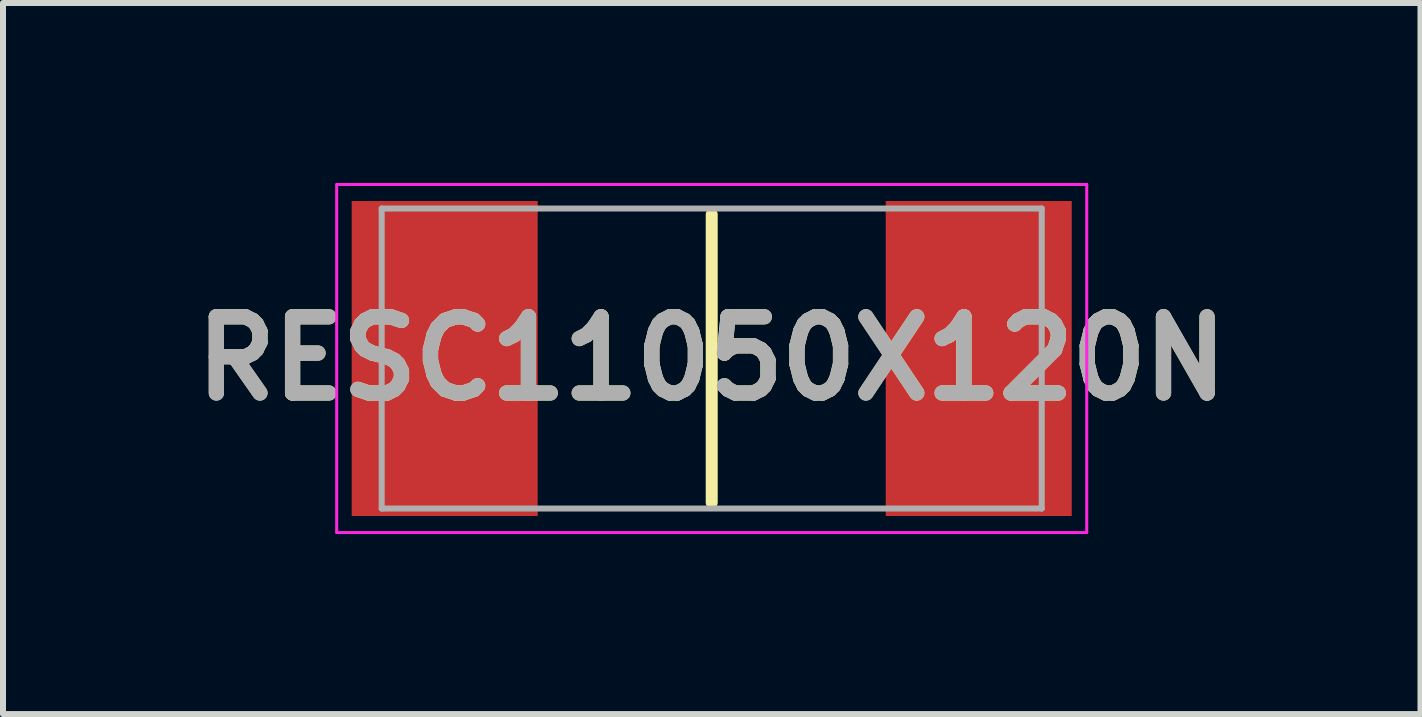
<source format=kicad_pcb>
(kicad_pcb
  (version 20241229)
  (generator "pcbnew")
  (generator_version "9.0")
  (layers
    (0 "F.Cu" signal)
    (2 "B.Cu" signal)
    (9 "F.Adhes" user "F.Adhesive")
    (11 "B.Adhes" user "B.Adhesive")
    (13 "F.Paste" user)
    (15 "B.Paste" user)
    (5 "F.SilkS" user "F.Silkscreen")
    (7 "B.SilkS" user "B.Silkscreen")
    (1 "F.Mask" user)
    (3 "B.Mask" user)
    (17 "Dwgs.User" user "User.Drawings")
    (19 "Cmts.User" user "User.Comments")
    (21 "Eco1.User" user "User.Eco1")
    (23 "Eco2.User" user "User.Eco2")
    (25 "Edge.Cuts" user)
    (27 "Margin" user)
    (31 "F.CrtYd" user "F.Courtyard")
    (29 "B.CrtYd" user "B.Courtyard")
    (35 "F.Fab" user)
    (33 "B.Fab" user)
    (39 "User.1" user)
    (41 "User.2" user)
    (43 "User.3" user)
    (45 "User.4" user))
  (footprint "RESC11050X120N"
    (layer "F.Cu")
    (at 8.811 2.925)
    (property "Reference" "RESC11050X120N" (at 0 0 0) (layer "F.SilkS") (effects (font (size 1.27 1.27) (thickness 0.254))))
    (attr smd)
    (fp_line (start 0 -2.4) (end 0 2.4) (stroke (width 0.2) (type solid)) (layer "F.SilkS"))
    (fp_line (start -6.25 -2.9) (end 6.25 -2.9) (stroke (width 0.05) (type solid)) (layer "F.CrtYd"))
    (fp_line (start -6.25 2.9) (end -6.25 -2.9) (stroke (width 0.05) (type solid)) (layer "F.CrtYd"))
    (fp_line (start 6.25 -2.9) (end 6.25 2.9) (stroke (width 0.05) (type solid)) (layer "F.CrtYd"))
    (fp_line (start 6.25 2.9) (end -6.25 2.9) (stroke (width 0.05) (type solid)) (layer "F.CrtYd"))
    (fp_line (start -5.5 -2.5) (end 5.5 -2.5) (stroke (width 0.1) (type solid)) (layer "F.Fab"))
    (fp_line (start -5.5 2.5) (end -5.5 -2.5) (stroke (width 0.1) (type solid)) (layer "F.Fab"))
    (fp_line (start 5.5 -2.5) (end 5.5 2.5) (stroke (width 0.1) (type solid)) (layer "F.Fab"))
    (fp_line (start 5.5 2.5) (end -5.5 2.5) (stroke (width 0.1) (type solid)) (layer "F.Fab"))
    (fp_text user "${REFERENCE}" (at 0 0 0) (layer "F.Fab") (effects (font (size 1.27 1.27) (thickness 0.254))))
    (pad "1" smd rect (at -4.45 0) (size 3.1 5.25) (layers "F.Cu" "F.Mask" "F.Paste"))
    (pad "2" smd rect (at 4.45 0) (size 3.1 5.25) (layers "F.Cu" "F.Mask" "F.Paste")))
  (gr_rect
    (start -3 -3)
    (end 20.623 8.85)
    (stroke (width 0.1) (type default))
    (fill no)
    (layer "Edge.Cuts")))
</source>
